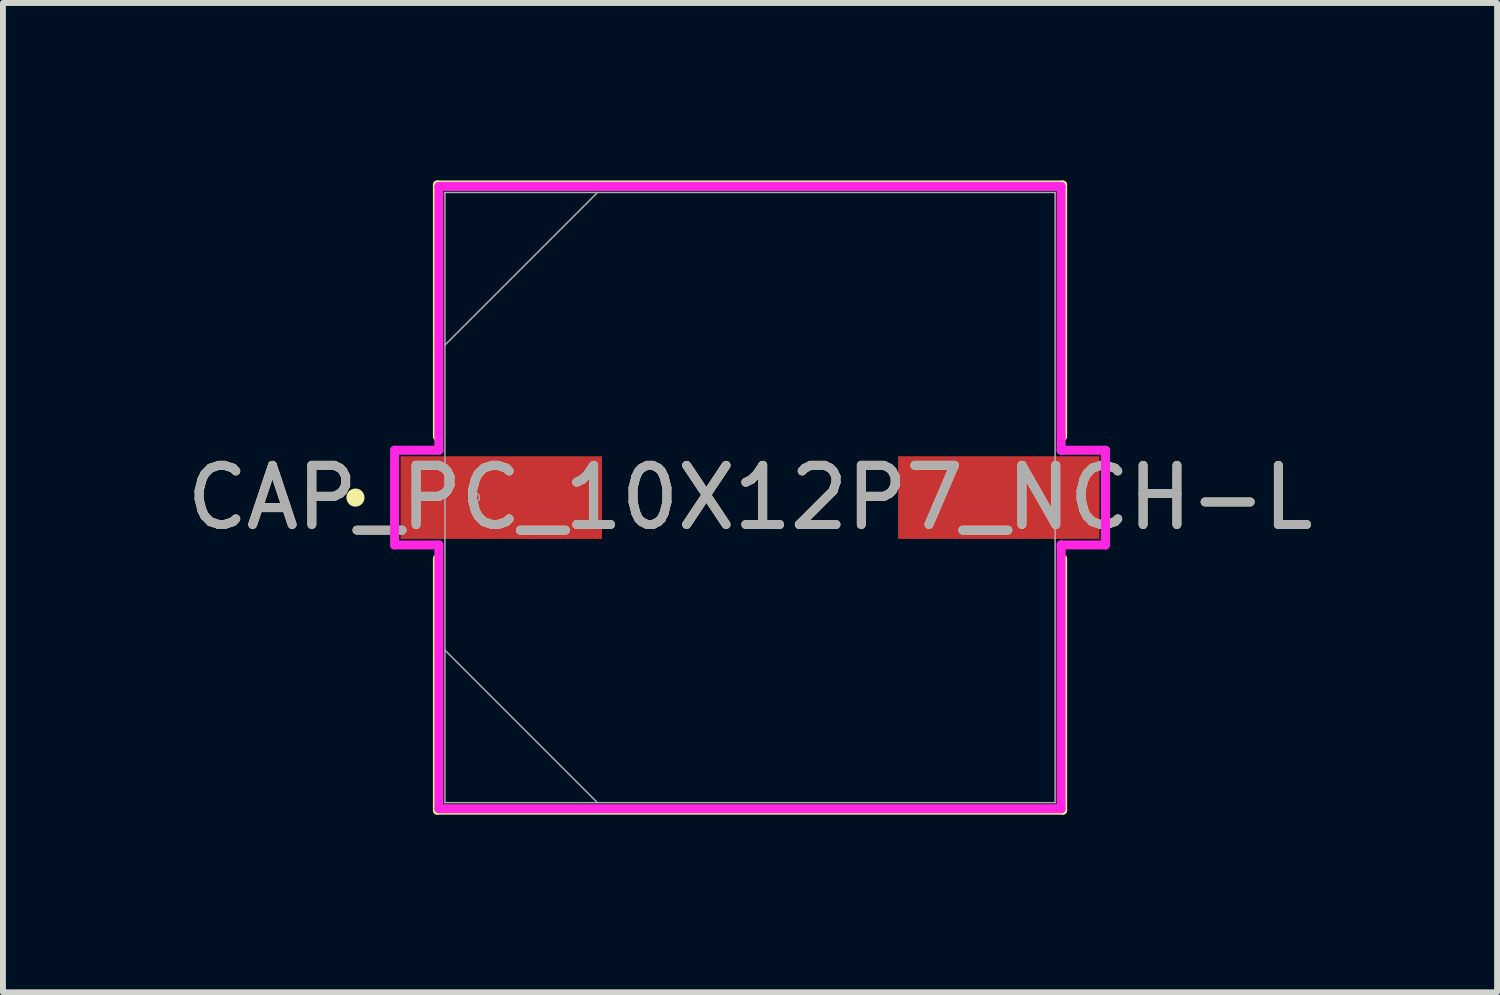
<source format=kicad_pcb>
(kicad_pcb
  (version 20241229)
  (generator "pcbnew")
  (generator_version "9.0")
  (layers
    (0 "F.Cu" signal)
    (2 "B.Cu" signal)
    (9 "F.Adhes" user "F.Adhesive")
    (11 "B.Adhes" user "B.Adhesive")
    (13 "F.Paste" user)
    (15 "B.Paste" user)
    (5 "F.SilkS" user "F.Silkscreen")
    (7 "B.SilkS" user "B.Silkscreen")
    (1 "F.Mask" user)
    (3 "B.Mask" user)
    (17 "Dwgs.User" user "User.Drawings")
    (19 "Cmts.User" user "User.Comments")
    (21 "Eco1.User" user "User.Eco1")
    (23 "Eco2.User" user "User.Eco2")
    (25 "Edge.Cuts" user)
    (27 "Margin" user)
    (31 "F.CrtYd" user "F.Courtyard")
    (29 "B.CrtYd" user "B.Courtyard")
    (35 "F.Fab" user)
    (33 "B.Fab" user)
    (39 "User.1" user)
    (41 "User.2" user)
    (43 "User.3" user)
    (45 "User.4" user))
  (footprint "CAP_PC_10X12P7_NCH-L"
    (layer "F.Cu")
    (at 9.625 5.359)
    (property "Reference" "CAP_PC_10X12P7_NCH-L" (at 0 0 0) (unlocked yes) (layer "F.SilkS") (effects (font (size 1 1) (thickness 0.15))))
    (attr smd)
    (fp_line (start -5.283 -5.283) (end -5.283 -1.031) (stroke (width 0.152) (type solid)) (layer "F.SilkS"))
    (fp_line (start -5.283 1.031) (end -5.283 5.283) (stroke (width 0.152) (type solid)) (layer "F.SilkS"))
    (fp_line (start -5.283 5.283) (end 5.283 5.283) (stroke (width 0.152) (type solid)) (layer "F.SilkS"))
    (fp_line (start 5.283 -5.283) (end -5.283 -5.283) (stroke (width 0.152) (type solid)) (layer "F.SilkS"))
    (fp_line (start 5.283 -1.031) (end 5.283 -5.283) (stroke (width 0.152) (type solid)) (layer "F.SilkS"))
    (fp_line (start 5.283 5.283) (end 5.283 1.031) (stroke (width 0.152) (type solid)) (layer "F.SilkS"))
    (fp_circle (center -6.668 0) (end -6.591 0) (stroke (width 0.152) (type solid)) (fill no) (layer "F.SilkS"))
    (fp_line (start -6.007 -0.8) (end -5.258 -0.8) (stroke (width 0.152) (type solid)) (layer "F.CrtYd"))
    (fp_line (start -6.007 0.8) (end -6.007 -0.8) (stroke (width 0.152) (type solid)) (layer "F.CrtYd"))
    (fp_line (start -5.258 -5.258) (end 5.258 -5.258) (stroke (width 0.152) (type solid)) (layer "F.CrtYd"))
    (fp_line (start -5.258 -0.8) (end -5.258 -5.258) (stroke (width 0.152) (type solid)) (layer "F.CrtYd"))
    (fp_line (start -5.258 0.8) (end -6.007 0.8) (stroke (width 0.152) (type solid)) (layer "F.CrtYd"))
    (fp_line (start -5.258 5.258) (end -5.258 0.8) (stroke (width 0.152) (type solid)) (layer "F.CrtYd"))
    (fp_line (start 5.258 -5.258) (end 5.258 -0.8) (stroke (width 0.152) (type solid)) (layer "F.CrtYd"))
    (fp_line (start 5.258 -0.8) (end 6.007 -0.8) (stroke (width 0.152) (type solid)) (layer "F.CrtYd"))
    (fp_line (start 5.258 0.8) (end 5.258 5.258) (stroke (width 0.152) (type solid)) (layer "F.CrtYd"))
    (fp_line (start 5.258 5.258) (end -5.258 5.258) (stroke (width 0.152) (type solid)) (layer "F.CrtYd"))
    (fp_line (start 6.007 -0.8) (end 6.007 0.8) (stroke (width 0.152) (type solid)) (layer "F.CrtYd"))
    (fp_line (start 6.007 0.8) (end 5.258 0.8) (stroke (width 0.152) (type solid)) (layer "F.CrtYd"))
    (fp_line (start -5.156 -5.156) (end -5.156 5.156) (stroke (width 0.025) (type solid)) (layer "F.Fab"))
    (fp_line (start -5.156 -2.578) (end -2.578 -5.156) (stroke (width 0.025) (type solid)) (layer "F.Fab"))
    (fp_line (start -5.156 2.578) (end -2.578 5.156) (stroke (width 0.025) (type solid)) (layer "F.Fab"))
    (fp_line (start -5.156 5.156) (end 5.156 5.156) (stroke (width 0.025) (type solid)) (layer "F.Fab"))
    (fp_line (start 5.156 -5.156) (end -5.156 -5.156) (stroke (width 0.025) (type solid)) (layer "F.Fab"))
    (fp_line (start 5.156 5.156) (end 5.156 -5.156) (stroke (width 0.025) (type solid)) (layer "F.Fab"))
    (fp_circle (center -4.648 0) (end -4.572 0) (stroke (width 0.025) (type solid)) (fill no) (layer "F.Fab"))
    (fp_text user "${REFERENCE}" (at 0 0 0) (unlocked yes) (layer "F.Fab") (effects (font (size 1 1) (thickness 0.15))))
    (pad "1" smd rect (at -4.204 0) (size 3.404 1.397) (layers "F.Cu" "F.Mask" "F.Paste"))
    (pad "2" smd rect (at 4.204 0) (size 3.404 1.397) (layers "F.Cu" "F.Mask" "F.Paste"))
    (zone (net_name "") (layer "F.Cu") (hatch full 0.508) (connect_pads) (min_thickness 0.254) (filled_areas_thickness no) (keepout (tracks not_allowed) (vias not_allowed) (pads allowed) (copperpour not_allowed) (footprints allowed)) (placement (enabled no)) (fill) (polygon (pts (xy 4.52 0.254) (xy 14.73 0.254) (xy 14.73 4.61) (xy 4.52 4.61))))
    (zone (net_name "") (layer "F.Cu") (hatch full 0.508) (connect_pads) (min_thickness 0.254) (filled_areas_thickness no) (keepout (tracks not_allowed) (vias not_allowed) (pads allowed) (copperpour not_allowed) (footprints allowed)) (placement (enabled no)) (fill) (polygon (pts (xy 4.52 6.109) (xy 14.73 6.109) (xy 14.73 10.465) (xy 4.52 10.465))))
    (zone (net_name "") (layer "F.Cu") (hatch full 0.508) (connect_pads) (min_thickness 0.254) (filled_areas_thickness no) (keepout (tracks not_allowed) (vias not_allowed) (pads allowed) (copperpour not_allowed) (footprints allowed)) (placement (enabled no)) (fill) (polygon (pts (xy 7.174 4.61) (xy 12.076 4.61) (xy 12.076 6.109) (xy 7.174 6.109)))))
  (gr_rect
    (start -3 -3)
    (end 22.25 13.719)
    (stroke (width 0.1) (type default))
    (fill no)
    (layer "Edge.Cuts")))
</source>
